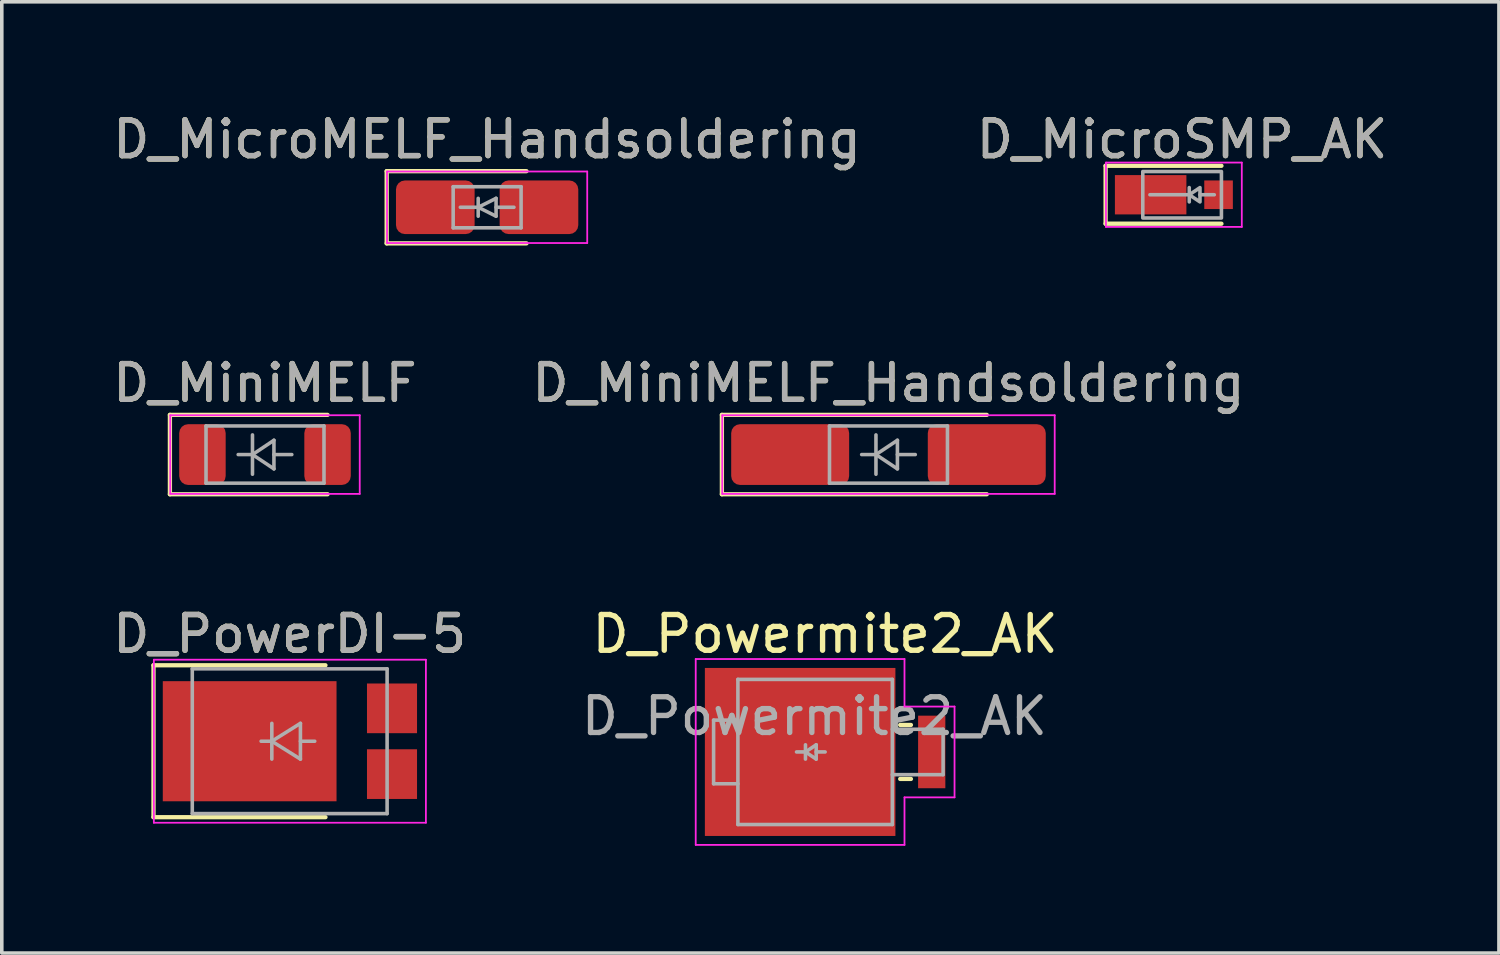
<source format=kicad_pcb>
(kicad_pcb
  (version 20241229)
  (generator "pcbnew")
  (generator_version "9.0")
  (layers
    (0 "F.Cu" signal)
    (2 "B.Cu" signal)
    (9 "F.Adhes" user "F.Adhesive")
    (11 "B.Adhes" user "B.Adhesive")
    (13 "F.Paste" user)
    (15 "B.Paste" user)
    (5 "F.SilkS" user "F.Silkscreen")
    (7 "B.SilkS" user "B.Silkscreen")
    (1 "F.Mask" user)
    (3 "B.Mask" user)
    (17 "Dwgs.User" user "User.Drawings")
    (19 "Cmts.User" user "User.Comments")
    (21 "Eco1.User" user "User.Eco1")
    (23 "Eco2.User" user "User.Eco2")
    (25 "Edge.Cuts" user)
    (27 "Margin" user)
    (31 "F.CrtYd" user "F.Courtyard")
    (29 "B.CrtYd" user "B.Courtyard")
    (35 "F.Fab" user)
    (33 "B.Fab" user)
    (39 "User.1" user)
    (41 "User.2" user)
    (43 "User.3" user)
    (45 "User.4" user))
  (footprint "D_MiniMELF_Handsoldering"
    (layer "F.Cu")
    (at 21.804 9.666)
    (property "Reference" "D_MiniMELF_Handsoldering" (at 0 -2 0) (layer "F.SilkS") (effects (font (size 1 1) (thickness 0.15))))
    (attr smd)
    (fp_line (start -4.66 -1.11) (end -4.66 1.11) (stroke (width 0.12) (type solid)) (layer "F.SilkS"))
    (fp_line (start -4.66 1.11) (end 2.75 1.11) (stroke (width 0.12) (type solid)) (layer "F.SilkS"))
    (fp_line (start 2.75 -1.11) (end -4.66 -1.11) (stroke (width 0.12) (type solid)) (layer "F.SilkS"))
    (fp_line (start -4.65 -1.1) (end 4.65 -1.1) (stroke (width 0.05) (type solid)) (layer "F.CrtYd"))
    (fp_line (start -4.65 1.1) (end -4.65 -1.1) (stroke (width 0.05) (type solid)) (layer "F.CrtYd"))
    (fp_line (start 4.65 -1.1) (end 4.65 1.1) (stroke (width 0.05) (type solid)) (layer "F.CrtYd"))
    (fp_line (start 4.65 1.1) (end -4.65 1.1) (stroke (width 0.05) (type solid)) (layer "F.CrtYd"))
    (fp_line (start -1.65 -0.8) (end 1.65 -0.8) (stroke (width 0.1) (type solid)) (layer "F.Fab"))
    (fp_line (start -1.65 0.8) (end -1.65 -0.8) (stroke (width 0.1) (type solid)) (layer "F.Fab"))
    (fp_line (start -0.75 0) (end -0.35 0) (stroke (width 0.1) (type solid)) (layer "F.Fab"))
    (fp_line (start -0.35 0) (end -0.35 -0.55) (stroke (width 0.1) (type solid)) (layer "F.Fab"))
    (fp_line (start -0.35 0) (end -0.35 0.55) (stroke (width 0.1) (type solid)) (layer "F.Fab"))
    (fp_line (start -0.35 0) (end 0.25 -0.4) (stroke (width 0.1) (type solid)) (layer "F.Fab"))
    (fp_line (start 0.25 -0.4) (end 0.25 0.4) (stroke (width 0.1) (type solid)) (layer "F.Fab"))
    (fp_line (start 0.25 0) (end 0.75 0) (stroke (width 0.1) (type solid)) (layer "F.Fab"))
    (fp_line (start 0.25 0.4) (end -0.35 0) (stroke (width 0.1) (type solid)) (layer "F.Fab"))
    (fp_line (start 1.65 -0.8) (end 1.65 0.8) (stroke (width 0.1) (type solid)) (layer "F.Fab"))
    (fp_line (start 1.65 0.8) (end -1.65 0.8) (stroke (width 0.1) (type solid)) (layer "F.Fab"))
    (fp_text user "${REFERENCE}" (at 0 -2 0) (layer "F.Fab") (effects (font (size 1 1) (thickness 0.15))))
    (pad "1" smd roundrect (at -2.75 0) (size 3.3 1.7) (layers "F.Cu" "F.Mask" "F.Paste") (roundrect_rratio 0.147))
    (pad "2" smd roundrect (at 2.75 0) (size 3.3 1.7) (layers "F.Cu" "F.Mask" "F.Paste") (roundrect_rratio 0.147)))
  (footprint "D_MicroMELF_Handsoldering"
    (layer "F.Cu")
    (at 10.577 2.748)
    (property "Reference" "D_MicroMELF_Handsoldering" (at 0 -1.9 0) (layer "F.SilkS") (effects (font (size 1 1) (thickness 0.15))))
    (attr smd)
    (fp_line (start -2.81 -1.01) (end -2.81 1.01) (stroke (width 0.12) (type solid)) (layer "F.SilkS"))
    (fp_line (start -2.81 1.01) (end 1.1 1.01) (stroke (width 0.12) (type solid)) (layer "F.SilkS"))
    (fp_line (start 1.1 -1.01) (end -2.81 -1.01) (stroke (width 0.12) (type solid)) (layer "F.SilkS"))
    (fp_line (start -2.8 -1) (end -2.8 1) (stroke (width 0.05) (type solid)) (layer "F.CrtYd"))
    (fp_line (start -2.8 -1) (end 2.8 -1) (stroke (width 0.05) (type solid)) (layer "F.CrtYd"))
    (fp_line (start 2.8 1) (end -2.8 1) (stroke (width 0.05) (type solid)) (layer "F.CrtYd"))
    (fp_line (start 2.8 1) (end 2.8 -1) (stroke (width 0.05) (type solid)) (layer "F.CrtYd"))
    (fp_line (start -0.95 -0.575) (end 0.95 -0.575) (stroke (width 0.1) (type solid)) (layer "F.Fab"))
    (fp_line (start -0.95 0.575) (end -0.95 -0.575) (stroke (width 0.1) (type solid)) (layer "F.Fab"))
    (fp_line (start -0.25 -0.25) (end -0.25 0.25) (stroke (width 0.1) (type solid)) (layer "F.Fab"))
    (fp_line (start -0.25 0) (end -0.75 0) (stroke (width 0.1) (type solid)) (layer "F.Fab"))
    (fp_line (start -0.25 0) (end 0.25 -0.25) (stroke (width 0.1) (type solid)) (layer "F.Fab"))
    (fp_line (start 0.25 -0.25) (end 0.25 0.25) (stroke (width 0.1) (type solid)) (layer "F.Fab"))
    (fp_line (start 0.25 0) (end 0.75 0) (stroke (width 0.1) (type solid)) (layer "F.Fab"))
    (fp_line (start 0.25 0.25) (end -0.25 0) (stroke (width 0.1) (type solid)) (layer "F.Fab"))
    (fp_line (start 0.95 -0.575) (end 0.95 0.575) (stroke (width 0.1) (type solid)) (layer "F.Fab"))
    (fp_line (start 0.95 0.575) (end -0.95 0.575) (stroke (width 0.1) (type solid)) (layer "F.Fab"))
    (fp_text user "${REFERENCE}" (at 0 -1.9 0) (layer "F.Fab") (effects (font (size 1 1) (thickness 0.15))))
    (pad "1" smd roundrect (at -1.45 0) (size 2.2 1.5) (layers "F.Cu" "F.Mask" "F.Paste") (roundrect_rratio 0.167))
    (pad "2" smd roundrect (at 1.45 0) (size 2.2 1.5) (layers "F.Cu" "F.Mask" "F.Paste") (roundrect_rratio 0.167)))
  (footprint "D_PowerDI-5"
    (layer "F.Cu")
    (at 5.054 17.685)
    (property "Reference" "D_PowerDI-5" (at 0 -3 0) (layer "F.SilkS") (effects (font (size 1 1) (thickness 0.15))))
    (attr smd)
    (fp_line (start -3.81 2.125) (end -3.81 -2.125) (stroke (width 0.12) (type solid)) (layer "F.SilkS"))
    (fp_line (start -3.81 2.125) (end 1 2.125) (stroke (width 0.12) (type solid)) (layer "F.SilkS"))
    (fp_line (start 1 -2.125) (end -3.81 -2.125) (stroke (width 0.12) (type solid)) (layer "F.SilkS"))
    (fp_line (start -3.8 -2.28) (end 3.81 -2.28) (stroke (width 0.05) (type solid)) (layer "F.CrtYd"))
    (fp_line (start -3.8 2.28) (end -3.8 -2.28) (stroke (width 0.05) (type solid)) (layer "F.CrtYd"))
    (fp_line (start 3.81 -2.28) (end 3.81 2.28) (stroke (width 0.05) (type solid)) (layer "F.CrtYd"))
    (fp_line (start 3.81 2.28) (end -3.8 2.28) (stroke (width 0.05) (type solid)) (layer "F.CrtYd"))
    (fp_line (start -2.725 -2.025) (end 2.725 -2.025) (stroke (width 0.1) (type solid)) (layer "F.Fab"))
    (fp_line (start -2.725 2.025) (end -2.725 -2.025) (stroke (width 0.1) (type solid)) (layer "F.Fab"))
    (fp_line (start -0.8 0) (end -0.5 0) (stroke (width 0.1) (type solid)) (layer "F.Fab"))
    (fp_line (start -0.5 0) (end -0.5 -0.5) (stroke (width 0.1) (type solid)) (layer "F.Fab"))
    (fp_line (start -0.5 0) (end -0.5 0.5) (stroke (width 0.1) (type solid)) (layer "F.Fab"))
    (fp_line (start -0.5 0) (end 0.3 0.5) (stroke (width 0.1) (type solid)) (layer "F.Fab"))
    (fp_line (start 0.3 -0.5) (end -0.5 0) (stroke (width 0.1) (type solid)) (layer "F.Fab"))
    (fp_line (start 0.3 0) (end 0.7 0) (stroke (width 0.1) (type solid)) (layer "F.Fab"))
    (fp_line (start 0.3 0.5) (end 0.3 -0.5) (stroke (width 0.1) (type solid)) (layer "F.Fab"))
    (fp_line (start 2.725 -2.025) (end 2.725 2.025) (stroke (width 0.1) (type solid)) (layer "F.Fab"))
    (fp_line (start 2.725 2.025) (end -2.725 2.025) (stroke (width 0.1) (type solid)) (layer "F.Fab"))
    (fp_text user "${REFERENCE}" (at 0 -3 0) (layer "F.Fab") (effects (font (size 1 1) (thickness 0.15))))
    (pad "1" smd rect (at -1.12 0 180) (size 4.86 3.36) (layers "F.Cu" "F.Mask" "F.Paste"))
    (pad "2" smd rect (at 2.862 -0.92 180) (size 1.4 1.39) (layers "F.Cu" "F.Mask" "F.Paste"))
    (pad "2" smd rect (at 2.862 0.92 180) (size 1.4 1.39) (layers "F.Cu" "F.Mask" "F.Paste")))
  (footprint "D_MiniMELF"
    (layer "F.Cu")
    (at 4.363 9.666)
    (property "Reference" "D_MiniMELF" (at 0 -2 0) (layer "F.SilkS") (effects (font (size 1 1) (thickness 0.15))))
    (attr smd)
    (fp_line (start -2.66 -1.11) (end -2.66 1.11) (stroke (width 0.12) (type solid)) (layer "F.SilkS"))
    (fp_line (start -2.66 1.11) (end 1.75 1.11) (stroke (width 0.12) (type solid)) (layer "F.SilkS"))
    (fp_line (start 1.75 -1.11) (end -2.66 -1.11) (stroke (width 0.12) (type solid)) (layer "F.SilkS"))
    (fp_line (start -2.65 -1.1) (end 2.65 -1.1) (stroke (width 0.05) (type solid)) (layer "F.CrtYd"))
    (fp_line (start -2.65 1.1) (end -2.65 -1.1) (stroke (width 0.05) (type solid)) (layer "F.CrtYd"))
    (fp_line (start 2.65 -1.1) (end 2.65 1.1) (stroke (width 0.05) (type solid)) (layer "F.CrtYd"))
    (fp_line (start 2.65 1.1) (end -2.65 1.1) (stroke (width 0.05) (type solid)) (layer "F.CrtYd"))
    (fp_line (start -1.65 -0.8) (end 1.65 -0.8) (stroke (width 0.1) (type solid)) (layer "F.Fab"))
    (fp_line (start -1.65 0.8) (end -1.65 -0.8) (stroke (width 0.1) (type solid)) (layer "F.Fab"))
    (fp_line (start -0.75 0) (end -0.35 0) (stroke (width 0.1) (type solid)) (layer "F.Fab"))
    (fp_line (start -0.35 0) (end -0.35 -0.55) (stroke (width 0.1) (type solid)) (layer "F.Fab"))
    (fp_line (start -0.35 0) (end -0.35 0.55) (stroke (width 0.1) (type solid)) (layer "F.Fab"))
    (fp_line (start -0.35 0) (end 0.25 -0.4) (stroke (width 0.1) (type solid)) (layer "F.Fab"))
    (fp_line (start 0.25 -0.4) (end 0.25 0.4) (stroke (width 0.1) (type solid)) (layer "F.Fab"))
    (fp_line (start 0.25 0) (end 0.75 0) (stroke (width 0.1) (type solid)) (layer "F.Fab"))
    (fp_line (start 0.25 0.4) (end -0.35 0) (stroke (width 0.1) (type solid)) (layer "F.Fab"))
    (fp_line (start 1.65 -0.8) (end 1.65 0.8) (stroke (width 0.1) (type solid)) (layer "F.Fab"))
    (fp_line (start 1.65 0.8) (end -1.65 0.8) (stroke (width 0.1) (type solid)) (layer "F.Fab"))
    (fp_text user "${REFERENCE}" (at 0 -2 0) (layer "F.Fab") (effects (font (size 1 1) (thickness 0.15))))
    (pad "1" smd roundrect (at -1.75 0) (size 1.3 1.7) (layers "F.Cu" "F.Mask" "F.Paste") (roundrect_rratio 0.192))
    (pad "2" smd roundrect (at 1.75 0) (size 1.3 1.7) (layers "F.Cu" "F.Mask" "F.Paste") (roundrect_rratio 0.192)))
  (footprint "D_Powermite2_AK"
    (layer "F.Cu")
    (at 20.032 17.985)
    (property "Reference" "D_Powermite2_AK" (at 0 -3.3 0) (layer "F.SilkS") (effects (font (size 1 1) (thickness 0.15))))
    (attr smd)
    (fp_line (start 2.4 -0.755) (end 2.1 -0.755) (stroke (width 0.12) (type solid)) (layer "F.SilkS"))
    (fp_line (start 2.4 0.755) (end 2.1 0.755) (stroke (width 0.12) (type solid)) (layer "F.SilkS"))
    (fp_line (start -3.62 -2.6) (end -3.62 2.6) (stroke (width 0.05) (type solid)) (layer "F.CrtYd"))
    (fp_line (start -3.62 2.6) (end 2.22 2.6) (stroke (width 0.05) (type solid)) (layer "F.CrtYd"))
    (fp_line (start 2.22 -2.6) (end -3.62 -2.6) (stroke (width 0.05) (type solid)) (layer "F.CrtYd"))
    (fp_line (start 2.22 -1.27) (end 2.22 -2.6) (stroke (width 0.05) (type solid)) (layer "F.CrtYd"))
    (fp_line (start 2.22 1.27) (end 3.62 1.27) (stroke (width 0.05) (type solid)) (layer "F.CrtYd"))
    (fp_line (start 2.22 2.6) (end 2.22 1.27) (stroke (width 0.05) (type solid)) (layer "F.CrtYd"))
    (fp_line (start 3.62 -1.27) (end 2.22 -1.27) (stroke (width 0.05) (type solid)) (layer "F.CrtYd"))
    (fp_line (start 3.62 1.27) (end 3.62 -1.27) (stroke (width 0.05) (type solid)) (layer "F.CrtYd"))
    (fp_line (start -3.12 -0.89) (end -2.44 -0.89) (stroke (width 0.1) (type solid)) (layer "F.Fab"))
    (fp_line (start -3.12 0.89) (end -3.12 -0.89) (stroke (width 0.1) (type solid)) (layer "F.Fab"))
    (fp_line (start -2.44 -2.03) (end -2.44 2.03) (stroke (width 0.1) (type solid)) (layer "F.Fab"))
    (fp_line (start -2.44 0.89) (end -3.12 0.89) (stroke (width 0.1) (type solid)) (layer "F.Fab"))
    (fp_line (start -2.44 2.03) (end 1.88 2.03) (stroke (width 0.1) (type solid)) (layer "F.Fab"))
    (fp_line (start -0.55 0) (end -0.8 0) (stroke (width 0.1) (type solid)) (layer "F.Fab"))
    (fp_line (start -0.55 0) (end -0.25 0.2) (stroke (width 0.1) (type solid)) (layer "F.Fab"))
    (fp_line (start -0.55 0.2) (end -0.55 -0.2) (stroke (width 0.1) (type solid)) (layer "F.Fab"))
    (fp_line (start -0.25 -0.2) (end -0.55 0) (stroke (width 0.1) (type solid)) (layer "F.Fab"))
    (fp_line (start -0.25 0) (end 0 0) (stroke (width 0.1) (type solid)) (layer "F.Fab"))
    (fp_line (start -0.25 0.2) (end -0.25 -0.2) (stroke (width 0.1) (type solid)) (layer "F.Fab"))
    (fp_line (start 1.88 -2.03) (end -2.44 -2.03) (stroke (width 0.1) (type solid)) (layer "F.Fab"))
    (fp_line (start 1.88 2.03) (end 1.88 -2.03) (stroke (width 0.1) (type solid)) (layer "F.Fab"))
    (fp_line (start 3.3 -0.635) (end 1.88 -0.635) (stroke (width 0.1) (type solid)) (layer "F.Fab"))
    (fp_line (start 3.3 0.635) (end 1.88 0.635) (stroke (width 0.1) (type solid)) (layer "F.Fab"))
    (fp_line (start 3.3 0.635) (end 3.3 -0.635) (stroke (width 0.1) (type solid)) (layer "F.Fab"))
    (fp_text user "${REFERENCE}" (at -0.3 -1 0) (layer "F.Fab") (effects (font (size 1 1) (thickness 0.15))))
    (pad "1" smd rect (at -0.699 0) (size 5.33 4.7) (layers "F.Cu" "F.Mask" "F.Paste"))
    (pad "2" smd rect (at 2.982 0) (size 0.762 2.03) (layers "F.Cu" "F.Mask" "F.Paste")))
  (footprint "D_MicroSMP_AK"
    (layer "F.Cu")
    (at 30.018 2.398)
    (property "Reference" "D_MicroSMP_AK" (at 0 -1.55 0) (unlocked yes) (layer "F.SilkS") (effects (font (size 1 1) (thickness 0.15))))
    (attr smd)
    (fp_line (start -2.14 -0.81) (end -2.14 0.81) (stroke (width 0.12) (type solid)) (layer "F.SilkS"))
    (fp_line (start -2.14 -0.81) (end 1.1 -0.81) (stroke (width 0.12) (type solid)) (layer "F.SilkS"))
    (fp_line (start -2.14 0.81) (end 1.1 0.81) (stroke (width 0.12) (type solid)) (layer "F.SilkS"))
    (fp_line (start -2.13 -0.9) (end -2.13 0.9) (stroke (width 0.05) (type solid)) (layer "F.CrtYd"))
    (fp_line (start -2.13 -0.9) (end 1.67 -0.9) (stroke (width 0.05) (type solid)) (layer "F.CrtYd"))
    (fp_line (start -2.13 0.9) (end 1.67 0.9) (stroke (width 0.05) (type solid)) (layer "F.CrtYd"))
    (fp_line (start 1.67 -0.9) (end 1.67 0.9) (stroke (width 0.05) (type solid)) (layer "F.CrtYd"))
    (fp_line (start 0.2 -0.2) (end 0.2 0.2) (stroke (width 0.1) (type solid)) (layer "F.Fab"))
    (fp_line (start 0.2 0) (end -0.9 0) (stroke (width 0.1) (type solid)) (layer "F.Fab"))
    (fp_line (start 0.9 0) (end 0.5 0) (stroke (width 0.1) (type solid)) (layer "F.Fab"))
    (fp_rect (start -1.1 -0.65) (end 1.1 0.65) (stroke (width 0.1) (type solid)) (fill no) (layer "F.Fab"))
    (fp_poly (pts (xy 0.5 0.2) (xy 0.2 0) (xy 0.5 -0.2)) (stroke (width 0.1) (type solid)) (fill no) (layer "F.Fab"))
    (fp_text user "${REFERENCE}" (at 0 -1.55 0) (unlocked yes) (layer "F.Fab") (effects (font (size 1 1) (thickness 0.15))))
    (pad "1" smd rect (at -0.88 0) (size 2 1.1) (layers "F.Cu" "F.Mask" "F.Paste"))
    (pad "2" smd rect (at 1.02 0) (size 0.8 0.8) (layers "F.Cu" "F.Mask" "F.Paste")))
  (gr_rect
    (start -3 -3)
    (end 38.881 23.61)
    (stroke (width 0.1) (type default))
    (fill no)
    (layer "Edge.Cuts")))
</source>
